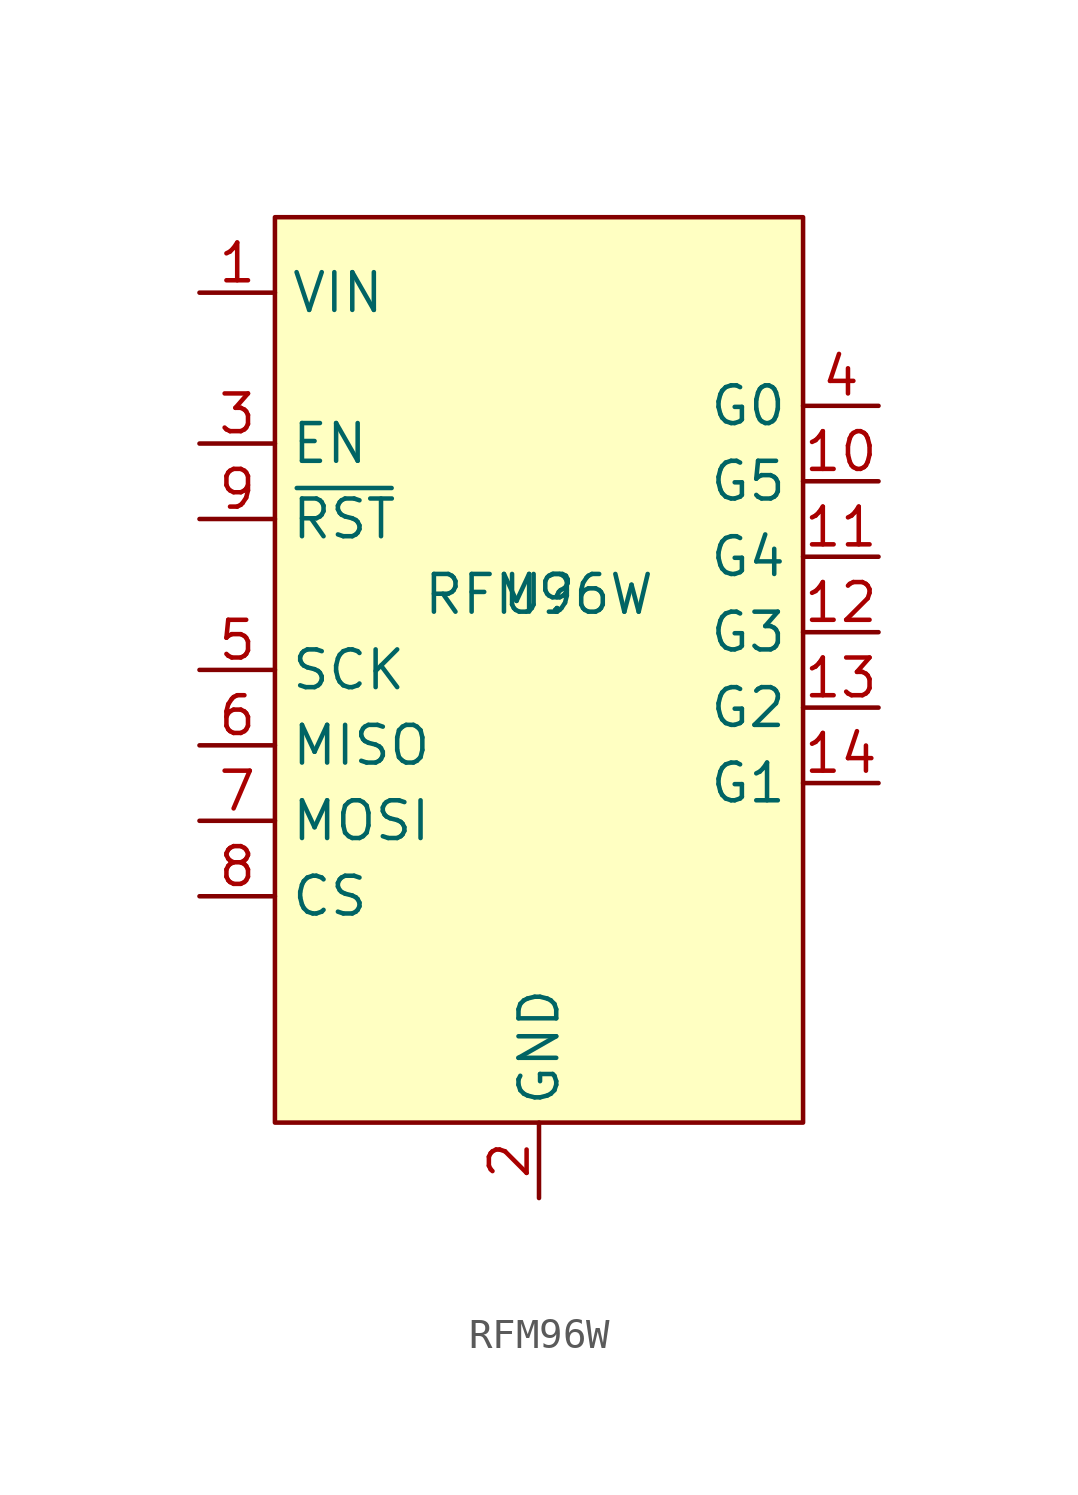
<source format=kicad_sym>
(kicad_symbol_lib
  (version 20220914)
  (generator kicad_symbol_editor)
  (symbol "RFM96W"
    (property "Reference" "U"
      (at 0 0 0)
      (effects (font (size 1.27 1.27))))
    (property "Value" "RFM96W"
      (at 0 0 0)
      (effects (font (size 1.27 1.27))))
    (symbol "RFM96W_0_0"
      (pin bidirectional line (at 11.43 3.81 180) (length 2.54) (name "G5" (effects (font (size 1.27 1.27)))) (number "10" (effects (font (size 1.27 1.27)))))
      (pin bidirectional line (at 11.43 1.27 180) (length 2.54) (name "G4" (effects (font (size 1.27 1.27)))) (number "11" (effects (font (size 1.27 1.27)))))
      (pin bidirectional line (at 11.43 -1.27 180) (length 2.54) (name "G3" (effects (font (size 1.27 1.27)))) (number "12" (effects (font (size 1.27 1.27)))))
      (pin bidirectional line (at 11.43 -3.81 180) (length 2.54) (name "G2" (effects (font (size 1.27 1.27)))) (number "13" (effects (font (size 1.27 1.27)))))
      (pin bidirectional line (at 11.43 -6.35 180) (length 2.54) (name "G1" (effects (font (size 1.27 1.27)))) (number "14" (effects (font (size 1.27 1.27)))))
      (pin passive line (at 0 -20.32 90) (length 2.54) (name "GND" (effects (font (size 1.27 1.27)))) (number "2" (effects (font (size 1.27 1.27)))))
      (pin input line (at -11.43 5.08 0) (length 2.54) (name "EN" (effects (font (size 1.27 1.27)))) (number "3" (effects (font (size 1.27 1.27)))))
      (pin bidirectional line (at 11.43 6.35 180) (length 2.54) (name "G0" (effects (font (size 1.27 1.27)))) (number "4" (effects (font (size 1.27 1.27)))))
      (pin input line (at -11.43 -2.54 0) (length 2.54) (name "SCK" (effects (font (size 1.27 1.27)))) (number "5" (effects (font (size 1.27 1.27)))))
      (pin output line (at -11.43 -5.08 0) (length 2.54) (name "MISO" (effects (font (size 1.27 1.27)))) (number "6" (effects (font (size 1.27 1.27)))))
      (pin input line (at -11.43 -7.62 0) (length 2.54) (name "MOSI" (effects (font (size 1.27 1.27)))) (number "7" (effects (font (size 1.27 1.27)))))
      (pin input line (at -11.43 -10.16 0) (length 2.54) (name "CS" (effects (font (size 1.27 1.27)))) (number "8" (effects (font (size 1.27 1.27))))))
    (symbol "RFM96W_1_0"
      (pin power_in line (at -11.43 10.16 0) (length 2.54) (name "VIN" (effects (font (size 1.27 1.27)))) (number "1" (effects (font (size 1.27 1.27)))))
      (pin input line (at -11.43 2.54 0) (length 2.54) (name "~{RST}" (effects (font (size 1.27 1.27)))) (number "9" (effects (font (size 1.27 1.27))))))
    (symbol "RFM96W_1_1"
      (rectangle (start -8.89 12.7) (end 8.89 -17.78) (stroke (width 0) (type default)) (fill (type background))))))
</source>
